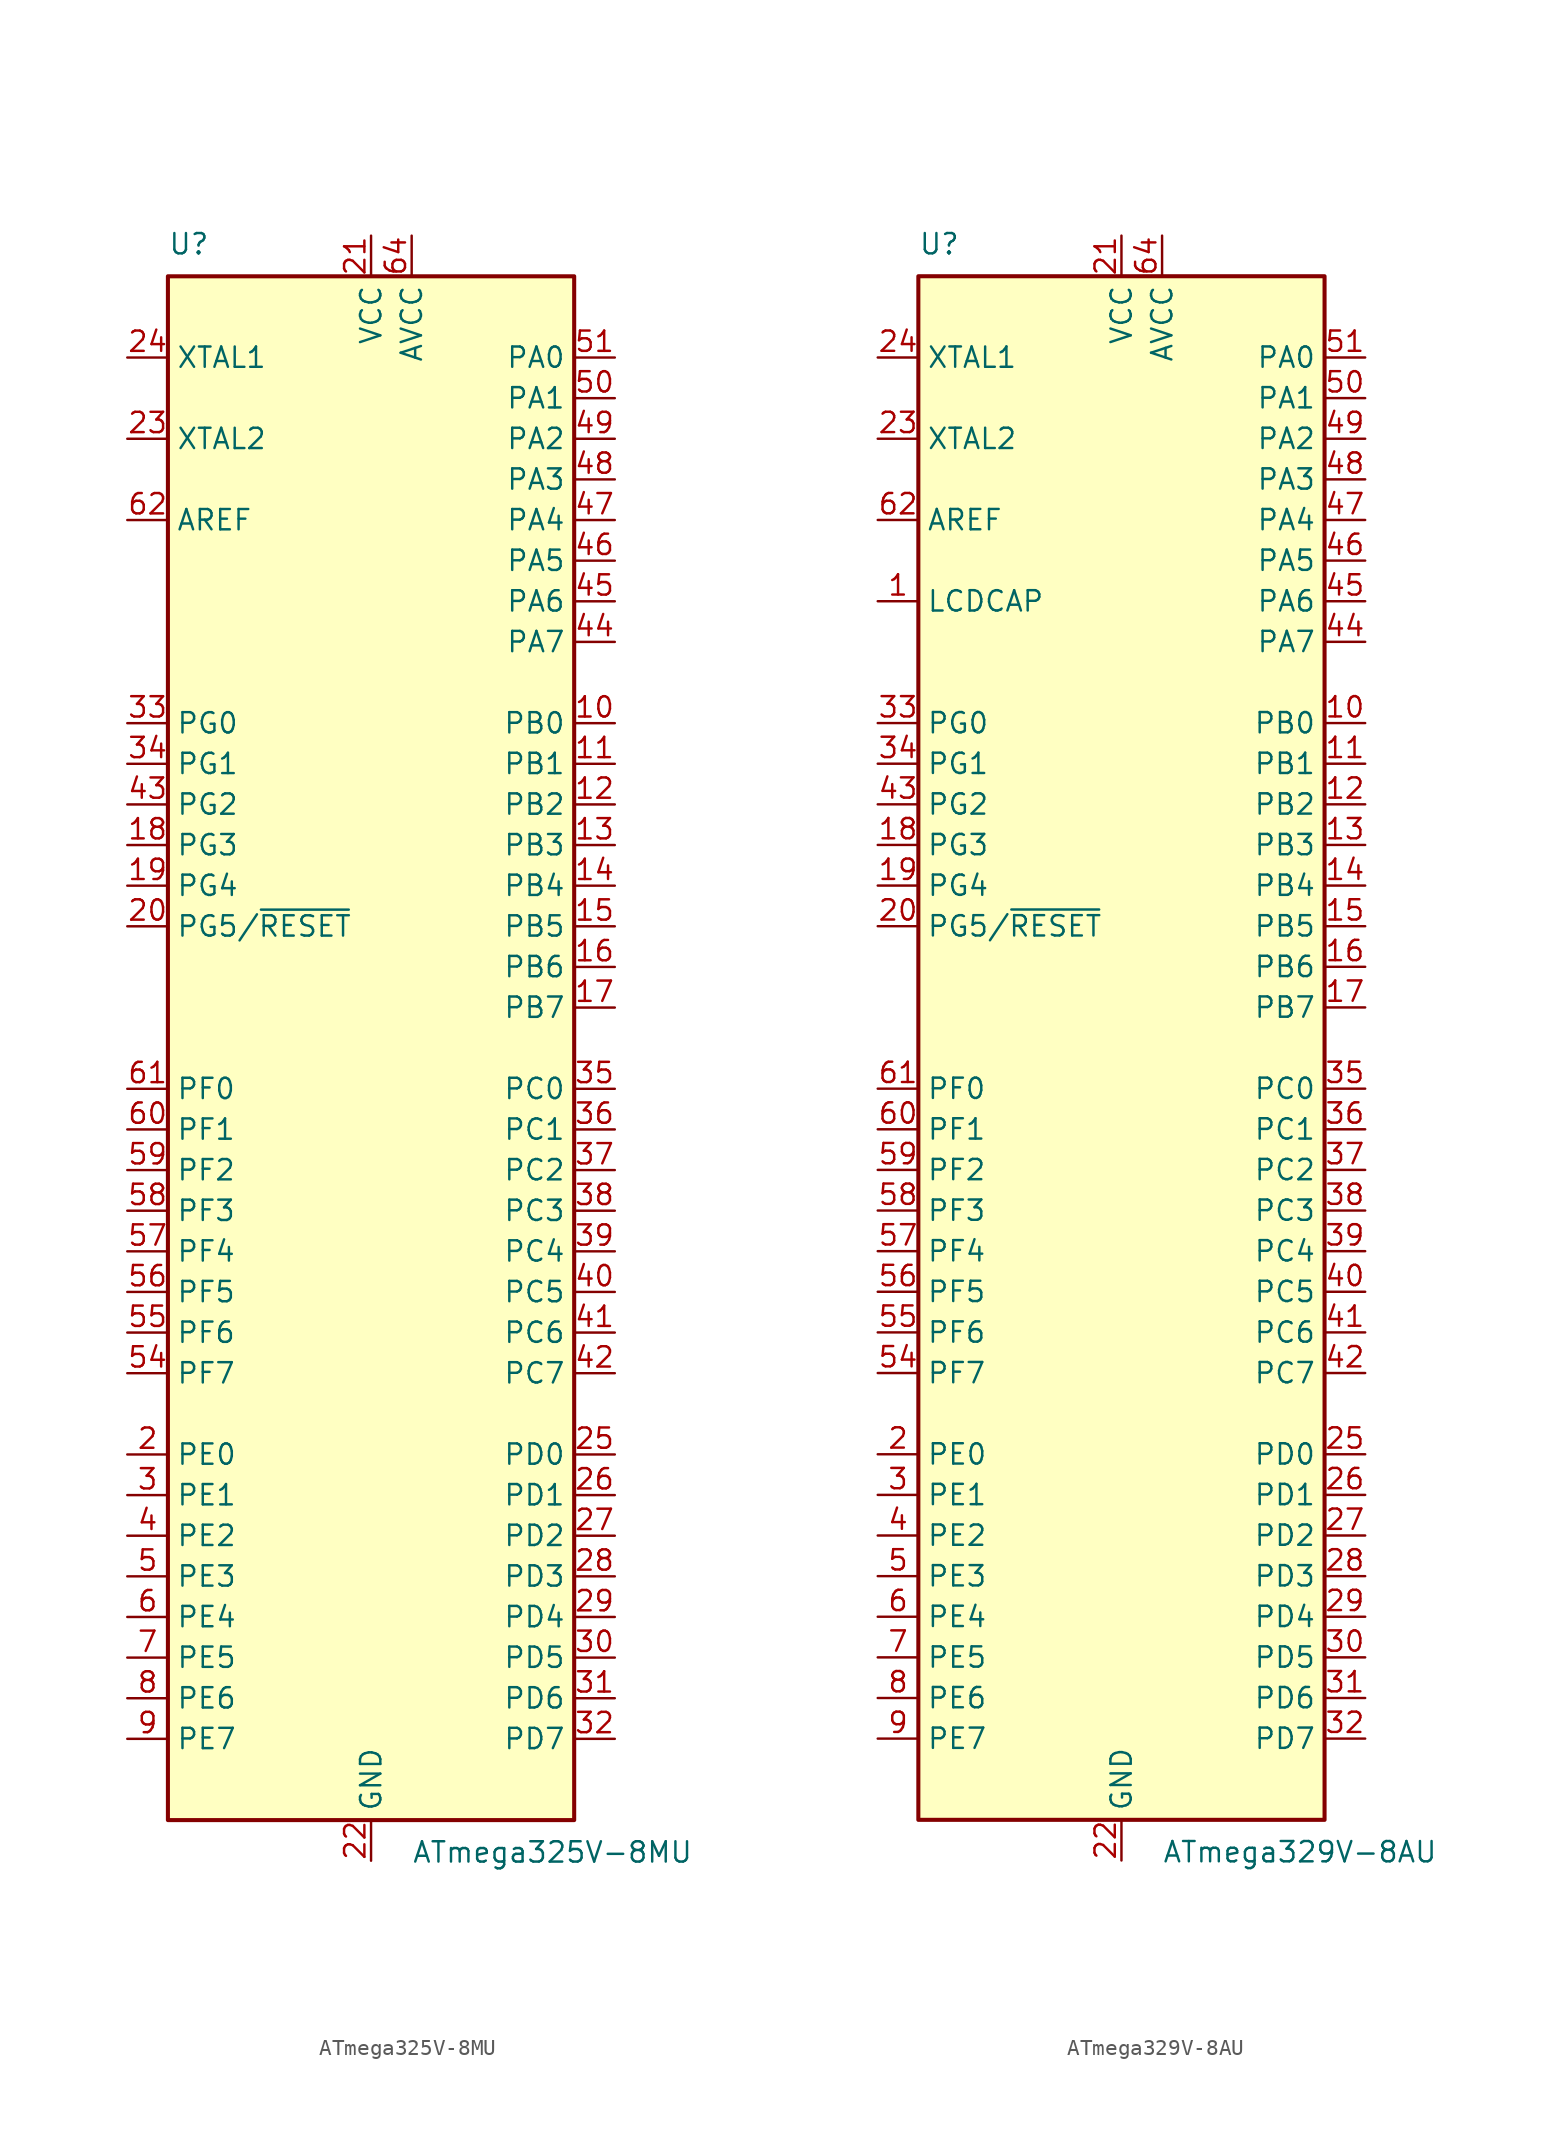
<source format=kicad_sym>
(kicad_symbol_lib
  (version 20201005)
  (generator kicad_symbol_editor)
  (symbol "ATmega325V-8MU"
    (property "Reference" "U"
      (at -12.7 49.53 0)
      (effects (font (size 1.27 1.27)) (justify left bottom)))
    (property "Value" "ATmega325V-8MU"
      (at 2.54 -49.53 0)
      (effects (font (size 1.27 1.27)) (justify left top)))
    (symbol "ATmega325V-8MU_0_1"
      (rectangle (start -12.7 -48.26) (end 12.7 48.26) (stroke (width 0.254)) (fill (type background))))
    (symbol "ATmega325V-8MU_1_1"
      (pin no_connect line (at -12.7 -45.72 0) (length 2.54) hide (name "NC" (effects (font (size 1.27 1.27)))) (number "1" (effects (font (size 1.27 1.27)))))
      (pin tri_state line (at 15.24 20.32 180) (length 2.54) (name "PB0" (effects (font (size 1.27 1.27)))) (number "10" (effects (font (size 1.27 1.27)))))
      (pin tri_state line (at 15.24 17.78 180) (length 2.54) (name "PB1" (effects (font (size 1.27 1.27)))) (number "11" (effects (font (size 1.27 1.27)))))
      (pin tri_state line (at 15.24 15.24 180) (length 2.54) (name "PB2" (effects (font (size 1.27 1.27)))) (number "12" (effects (font (size 1.27 1.27)))))
      (pin tri_state line (at 15.24 12.7 180) (length 2.54) (name "PB3" (effects (font (size 1.27 1.27)))) (number "13" (effects (font (size 1.27 1.27)))))
      (pin tri_state line (at 15.24 10.16 180) (length 2.54) (name "PB4" (effects (font (size 1.27 1.27)))) (number "14" (effects (font (size 1.27 1.27)))))
      (pin tri_state line (at 15.24 7.62 180) (length 2.54) (name "PB5" (effects (font (size 1.27 1.27)))) (number "15" (effects (font (size 1.27 1.27)))))
      (pin tri_state line (at 15.24 5.08 180) (length 2.54) (name "PB6" (effects (font (size 1.27 1.27)))) (number "16" (effects (font (size 1.27 1.27)))))
      (pin tri_state line (at 15.24 2.54 180) (length 2.54) (name "PB7" (effects (font (size 1.27 1.27)))) (number "17" (effects (font (size 1.27 1.27)))))
      (pin tri_state line (at -15.24 12.7 0) (length 2.54) (name "PG3" (effects (font (size 1.27 1.27)))) (number "18" (effects (font (size 1.27 1.27)))))
      (pin tri_state line (at -15.24 10.16 0) (length 2.54) (name "PG4" (effects (font (size 1.27 1.27)))) (number "19" (effects (font (size 1.27 1.27)))))
      (pin tri_state line (at -15.24 -25.4 0) (length 2.54) (name "PE0" (effects (font (size 1.27 1.27)))) (number "2" (effects (font (size 1.27 1.27)))))
      (pin tri_state line (at -15.24 7.62 0) (length 2.54) (name "PG5/~RESET" (effects (font (size 1.27 1.27)))) (number "20" (effects (font (size 1.27 1.27)))))
      (pin power_in line (at 0 50.8 270) (length 2.54) (name "VCC" (effects (font (size 1.27 1.27)))) (number "21" (effects (font (size 1.27 1.27)))))
      (pin power_in line (at 0 -50.8 90) (length 2.54) (name "GND" (effects (font (size 1.27 1.27)))) (number "22" (effects (font (size 1.27 1.27)))))
      (pin output line (at -15.24 38.1 0) (length 2.54) (name "XTAL2" (effects (font (size 1.27 1.27)))) (number "23" (effects (font (size 1.27 1.27)))))
      (pin input line (at -15.24 43.18 0) (length 2.54) (name "XTAL1" (effects (font (size 1.27 1.27)))) (number "24" (effects (font (size 1.27 1.27)))))
      (pin tri_state line (at 15.24 -25.4 180) (length 2.54) (name "PD0" (effects (font (size 1.27 1.27)))) (number "25" (effects (font (size 1.27 1.27)))))
      (pin tri_state line (at 15.24 -27.94 180) (length 2.54) (name "PD1" (effects (font (size 1.27 1.27)))) (number "26" (effects (font (size 1.27 1.27)))))
      (pin tri_state line (at 15.24 -30.48 180) (length 2.54) (name "PD2" (effects (font (size 1.27 1.27)))) (number "27" (effects (font (size 1.27 1.27)))))
      (pin tri_state line (at 15.24 -33.02 180) (length 2.54) (name "PD3" (effects (font (size 1.27 1.27)))) (number "28" (effects (font (size 1.27 1.27)))))
      (pin tri_state line (at 15.24 -35.56 180) (length 2.54) (name "PD4" (effects (font (size 1.27 1.27)))) (number "29" (effects (font (size 1.27 1.27)))))
      (pin tri_state line (at -15.24 -27.94 0) (length 2.54) (name "PE1" (effects (font (size 1.27 1.27)))) (number "3" (effects (font (size 1.27 1.27)))))
      (pin tri_state line (at 15.24 -38.1 180) (length 2.54) (name "PD5" (effects (font (size 1.27 1.27)))) (number "30" (effects (font (size 1.27 1.27)))))
      (pin tri_state line (at 15.24 -40.64 180) (length 2.54) (name "PD6" (effects (font (size 1.27 1.27)))) (number "31" (effects (font (size 1.27 1.27)))))
      (pin tri_state line (at 15.24 -43.18 180) (length 2.54) (name "PD7" (effects (font (size 1.27 1.27)))) (number "32" (effects (font (size 1.27 1.27)))))
      (pin tri_state line (at -15.24 20.32 0) (length 2.54) (name "PG0" (effects (font (size 1.27 1.27)))) (number "33" (effects (font (size 1.27 1.27)))))
      (pin tri_state line (at -15.24 17.78 0) (length 2.54) (name "PG1" (effects (font (size 1.27 1.27)))) (number "34" (effects (font (size 1.27 1.27)))))
      (pin tri_state line (at 15.24 -2.54 180) (length 2.54) (name "PC0" (effects (font (size 1.27 1.27)))) (number "35" (effects (font (size 1.27 1.27)))))
      (pin tri_state line (at 15.24 -5.08 180) (length 2.54) (name "PC1" (effects (font (size 1.27 1.27)))) (number "36" (effects (font (size 1.27 1.27)))))
      (pin tri_state line (at 15.24 -7.62 180) (length 2.54) (name "PC2" (effects (font (size 1.27 1.27)))) (number "37" (effects (font (size 1.27 1.27)))))
      (pin tri_state line (at 15.24 -10.16 180) (length 2.54) (name "PC3" (effects (font (size 1.27 1.27)))) (number "38" (effects (font (size 1.27 1.27)))))
      (pin tri_state line (at 15.24 -12.7 180) (length 2.54) (name "PC4" (effects (font (size 1.27 1.27)))) (number "39" (effects (font (size 1.27 1.27)))))
      (pin tri_state line (at -15.24 -30.48 0) (length 2.54) (name "PE2" (effects (font (size 1.27 1.27)))) (number "4" (effects (font (size 1.27 1.27)))))
      (pin tri_state line (at 15.24 -15.24 180) (length 2.54) (name "PC5" (effects (font (size 1.27 1.27)))) (number "40" (effects (font (size 1.27 1.27)))))
      (pin tri_state line (at 15.24 -17.78 180) (length 2.54) (name "PC6" (effects (font (size 1.27 1.27)))) (number "41" (effects (font (size 1.27 1.27)))))
      (pin tri_state line (at 15.24 -20.32 180) (length 2.54) (name "PC7" (effects (font (size 1.27 1.27)))) (number "42" (effects (font (size 1.27 1.27)))))
      (pin tri_state line (at -15.24 15.24 0) (length 2.54) (name "PG2" (effects (font (size 1.27 1.27)))) (number "43" (effects (font (size 1.27 1.27)))))
      (pin tri_state line (at 15.24 25.4 180) (length 2.54) (name "PA7" (effects (font (size 1.27 1.27)))) (number "44" (effects (font (size 1.27 1.27)))))
      (pin tri_state line (at 15.24 27.94 180) (length 2.54) (name "PA6" (effects (font (size 1.27 1.27)))) (number "45" (effects (font (size 1.27 1.27)))))
      (pin tri_state line (at 15.24 30.48 180) (length 2.54) (name "PA5" (effects (font (size 1.27 1.27)))) (number "46" (effects (font (size 1.27 1.27)))))
      (pin tri_state line (at 15.24 33.02 180) (length 2.54) (name "PA4" (effects (font (size 1.27 1.27)))) (number "47" (effects (font (size 1.27 1.27)))))
      (pin tri_state line (at 15.24 35.56 180) (length 2.54) (name "PA3" (effects (font (size 1.27 1.27)))) (number "48" (effects (font (size 1.27 1.27)))))
      (pin tri_state line (at 15.24 38.1 180) (length 2.54) (name "PA2" (effects (font (size 1.27 1.27)))) (number "49" (effects (font (size 1.27 1.27)))))
      (pin tri_state line (at -15.24 -33.02 0) (length 2.54) (name "PE3" (effects (font (size 1.27 1.27)))) (number "5" (effects (font (size 1.27 1.27)))))
      (pin tri_state line (at 15.24 40.64 180) (length 2.54) (name "PA1" (effects (font (size 1.27 1.27)))) (number "50" (effects (font (size 1.27 1.27)))))
      (pin tri_state line (at 15.24 43.18 180) (length 2.54) (name "PA0" (effects (font (size 1.27 1.27)))) (number "51" (effects (font (size 1.27 1.27)))))
      (pin passive line (at 0 50.8 270) (length 2.54) hide (name "VCC" (effects (font (size 1.27 1.27)))) (number "52" (effects (font (size 1.27 1.27)))))
      (pin passive line (at 0 -50.8 90) (length 2.54) hide (name "GND" (effects (font (size 1.27 1.27)))) (number "53" (effects (font (size 1.27 1.27)))))
      (pin tri_state line (at -15.24 -20.32 0) (length 2.54) (name "PF7" (effects (font (size 1.27 1.27)))) (number "54" (effects (font (size 1.27 1.27)))))
      (pin tri_state line (at -15.24 -17.78 0) (length 2.54) (name "PF6" (effects (font (size 1.27 1.27)))) (number "55" (effects (font (size 1.27 1.27)))))
      (pin tri_state line (at -15.24 -15.24 0) (length 2.54) (name "PF5" (effects (font (size 1.27 1.27)))) (number "56" (effects (font (size 1.27 1.27)))))
      (pin tri_state line (at -15.24 -12.7 0) (length 2.54) (name "PF4" (effects (font (size 1.27 1.27)))) (number "57" (effects (font (size 1.27 1.27)))))
      (pin tri_state line (at -15.24 -10.16 0) (length 2.54) (name "PF3" (effects (font (size 1.27 1.27)))) (number "58" (effects (font (size 1.27 1.27)))))
      (pin tri_state line (at -15.24 -7.62 0) (length 2.54) (name "PF2" (effects (font (size 1.27 1.27)))) (number "59" (effects (font (size 1.27 1.27)))))
      (pin tri_state line (at -15.24 -35.56 0) (length 2.54) (name "PE4" (effects (font (size 1.27 1.27)))) (number "6" (effects (font (size 1.27 1.27)))))
      (pin tri_state line (at -15.24 -5.08 0) (length 2.54) (name "PF1" (effects (font (size 1.27 1.27)))) (number "60" (effects (font (size 1.27 1.27)))))
      (pin tri_state line (at -15.24 -2.54 0) (length 2.54) (name "PF0" (effects (font (size 1.27 1.27)))) (number "61" (effects (font (size 1.27 1.27)))))
      (pin passive line (at -15.24 33.02 0) (length 2.54) (name "AREF" (effects (font (size 1.27 1.27)))) (number "62" (effects (font (size 1.27 1.27)))))
      (pin passive line (at 0 -50.8 90) (length 2.54) hide (name "GND" (effects (font (size 1.27 1.27)))) (number "63" (effects (font (size 1.27 1.27)))))
      (pin power_in line (at 2.54 50.8 270) (length 2.54) (name "AVCC" (effects (font (size 1.27 1.27)))) (number "64" (effects (font (size 1.27 1.27)))))
      (pin passive line (at 0 -50.8 90) (length 2.54) hide (name "GND" (effects (font (size 1.27 1.27)))) (number "65" (effects (font (size 1.27 1.27)))))
      (pin tri_state line (at -15.24 -38.1 0) (length 2.54) (name "PE5" (effects (font (size 1.27 1.27)))) (number "7" (effects (font (size 1.27 1.27)))))
      (pin tri_state line (at -15.24 -40.64 0) (length 2.54) (name "PE6" (effects (font (size 1.27 1.27)))) (number "8" (effects (font (size 1.27 1.27)))))
      (pin tri_state line (at -15.24 -43.18 0) (length 2.54) (name "PE7" (effects (font (size 1.27 1.27)))) (number "9" (effects (font (size 1.27 1.27)))))))
  (symbol "ATmega329V-8AU"
    (property "Reference" "U"
      (at -12.7 49.53 0)
      (effects (font (size 1.27 1.27)) (justify left bottom)))
    (property "Value" "ATmega329V-8AU"
      (at 2.54 -49.53 0)
      (effects (font (size 1.27 1.27)) (justify left top)))
    (symbol "ATmega329V-8AU_0_1"
      (rectangle (start -12.7 -48.26) (end 12.7 48.26) (stroke (width 0.254)) (fill (type background))))
    (symbol "ATmega329V-8AU_1_1"
      (pin passive line (at -15.24 27.94 0) (length 2.54) (name "LCDCAP" (effects (font (size 1.27 1.27)))) (number "1" (effects (font (size 1.27 1.27)))))
      (pin tri_state line (at 15.24 20.32 180) (length 2.54) (name "PB0" (effects (font (size 1.27 1.27)))) (number "10" (effects (font (size 1.27 1.27)))))
      (pin tri_state line (at 15.24 17.78 180) (length 2.54) (name "PB1" (effects (font (size 1.27 1.27)))) (number "11" (effects (font (size 1.27 1.27)))))
      (pin tri_state line (at 15.24 15.24 180) (length 2.54) (name "PB2" (effects (font (size 1.27 1.27)))) (number "12" (effects (font (size 1.27 1.27)))))
      (pin tri_state line (at 15.24 12.7 180) (length 2.54) (name "PB3" (effects (font (size 1.27 1.27)))) (number "13" (effects (font (size 1.27 1.27)))))
      (pin tri_state line (at 15.24 10.16 180) (length 2.54) (name "PB4" (effects (font (size 1.27 1.27)))) (number "14" (effects (font (size 1.27 1.27)))))
      (pin tri_state line (at 15.24 7.62 180) (length 2.54) (name "PB5" (effects (font (size 1.27 1.27)))) (number "15" (effects (font (size 1.27 1.27)))))
      (pin tri_state line (at 15.24 5.08 180) (length 2.54) (name "PB6" (effects (font (size 1.27 1.27)))) (number "16" (effects (font (size 1.27 1.27)))))
      (pin tri_state line (at 15.24 2.54 180) (length 2.54) (name "PB7" (effects (font (size 1.27 1.27)))) (number "17" (effects (font (size 1.27 1.27)))))
      (pin tri_state line (at -15.24 12.7 0) (length 2.54) (name "PG3" (effects (font (size 1.27 1.27)))) (number "18" (effects (font (size 1.27 1.27)))))
      (pin tri_state line (at -15.24 10.16 0) (length 2.54) (name "PG4" (effects (font (size 1.27 1.27)))) (number "19" (effects (font (size 1.27 1.27)))))
      (pin tri_state line (at -15.24 -25.4 0) (length 2.54) (name "PE0" (effects (font (size 1.27 1.27)))) (number "2" (effects (font (size 1.27 1.27)))))
      (pin tri_state line (at -15.24 7.62 0) (length 2.54) (name "PG5/~RESET" (effects (font (size 1.27 1.27)))) (number "20" (effects (font (size 1.27 1.27)))))
      (pin power_in line (at 0 50.8 270) (length 2.54) (name "VCC" (effects (font (size 1.27 1.27)))) (number "21" (effects (font (size 1.27 1.27)))))
      (pin power_in line (at 0 -50.8 90) (length 2.54) (name "GND" (effects (font (size 1.27 1.27)))) (number "22" (effects (font (size 1.27 1.27)))))
      (pin output line (at -15.24 38.1 0) (length 2.54) (name "XTAL2" (effects (font (size 1.27 1.27)))) (number "23" (effects (font (size 1.27 1.27)))))
      (pin input line (at -15.24 43.18 0) (length 2.54) (name "XTAL1" (effects (font (size 1.27 1.27)))) (number "24" (effects (font (size 1.27 1.27)))))
      (pin tri_state line (at 15.24 -25.4 180) (length 2.54) (name "PD0" (effects (font (size 1.27 1.27)))) (number "25" (effects (font (size 1.27 1.27)))))
      (pin tri_state line (at 15.24 -27.94 180) (length 2.54) (name "PD1" (effects (font (size 1.27 1.27)))) (number "26" (effects (font (size 1.27 1.27)))))
      (pin tri_state line (at 15.24 -30.48 180) (length 2.54) (name "PD2" (effects (font (size 1.27 1.27)))) (number "27" (effects (font (size 1.27 1.27)))))
      (pin tri_state line (at 15.24 -33.02 180) (length 2.54) (name "PD3" (effects (font (size 1.27 1.27)))) (number "28" (effects (font (size 1.27 1.27)))))
      (pin tri_state line (at 15.24 -35.56 180) (length 2.54) (name "PD4" (effects (font (size 1.27 1.27)))) (number "29" (effects (font (size 1.27 1.27)))))
      (pin tri_state line (at -15.24 -27.94 0) (length 2.54) (name "PE1" (effects (font (size 1.27 1.27)))) (number "3" (effects (font (size 1.27 1.27)))))
      (pin tri_state line (at 15.24 -38.1 180) (length 2.54) (name "PD5" (effects (font (size 1.27 1.27)))) (number "30" (effects (font (size 1.27 1.27)))))
      (pin tri_state line (at 15.24 -40.64 180) (length 2.54) (name "PD6" (effects (font (size 1.27 1.27)))) (number "31" (effects (font (size 1.27 1.27)))))
      (pin tri_state line (at 15.24 -43.18 180) (length 2.54) (name "PD7" (effects (font (size 1.27 1.27)))) (number "32" (effects (font (size 1.27 1.27)))))
      (pin tri_state line (at -15.24 20.32 0) (length 2.54) (name "PG0" (effects (font (size 1.27 1.27)))) (number "33" (effects (font (size 1.27 1.27)))))
      (pin tri_state line (at -15.24 17.78 0) (length 2.54) (name "PG1" (effects (font (size 1.27 1.27)))) (number "34" (effects (font (size 1.27 1.27)))))
      (pin tri_state line (at 15.24 -2.54 180) (length 2.54) (name "PC0" (effects (font (size 1.27 1.27)))) (number "35" (effects (font (size 1.27 1.27)))))
      (pin tri_state line (at 15.24 -5.08 180) (length 2.54) (name "PC1" (effects (font (size 1.27 1.27)))) (number "36" (effects (font (size 1.27 1.27)))))
      (pin tri_state line (at 15.24 -7.62 180) (length 2.54) (name "PC2" (effects (font (size 1.27 1.27)))) (number "37" (effects (font (size 1.27 1.27)))))
      (pin tri_state line (at 15.24 -10.16 180) (length 2.54) (name "PC3" (effects (font (size 1.27 1.27)))) (number "38" (effects (font (size 1.27 1.27)))))
      (pin tri_state line (at 15.24 -12.7 180) (length 2.54) (name "PC4" (effects (font (size 1.27 1.27)))) (number "39" (effects (font (size 1.27 1.27)))))
      (pin tri_state line (at -15.24 -30.48 0) (length 2.54) (name "PE2" (effects (font (size 1.27 1.27)))) (number "4" (effects (font (size 1.27 1.27)))))
      (pin tri_state line (at 15.24 -15.24 180) (length 2.54) (name "PC5" (effects (font (size 1.27 1.27)))) (number "40" (effects (font (size 1.27 1.27)))))
      (pin tri_state line (at 15.24 -17.78 180) (length 2.54) (name "PC6" (effects (font (size 1.27 1.27)))) (number "41" (effects (font (size 1.27 1.27)))))
      (pin tri_state line (at 15.24 -20.32 180) (length 2.54) (name "PC7" (effects (font (size 1.27 1.27)))) (number "42" (effects (font (size 1.27 1.27)))))
      (pin tri_state line (at -15.24 15.24 0) (length 2.54) (name "PG2" (effects (font (size 1.27 1.27)))) (number "43" (effects (font (size 1.27 1.27)))))
      (pin tri_state line (at 15.24 25.4 180) (length 2.54) (name "PA7" (effects (font (size 1.27 1.27)))) (number "44" (effects (font (size 1.27 1.27)))))
      (pin tri_state line (at 15.24 27.94 180) (length 2.54) (name "PA6" (effects (font (size 1.27 1.27)))) (number "45" (effects (font (size 1.27 1.27)))))
      (pin tri_state line (at 15.24 30.48 180) (length 2.54) (name "PA5" (effects (font (size 1.27 1.27)))) (number "46" (effects (font (size 1.27 1.27)))))
      (pin tri_state line (at 15.24 33.02 180) (length 2.54) (name "PA4" (effects (font (size 1.27 1.27)))) (number "47" (effects (font (size 1.27 1.27)))))
      (pin tri_state line (at 15.24 35.56 180) (length 2.54) (name "PA3" (effects (font (size 1.27 1.27)))) (number "48" (effects (font (size 1.27 1.27)))))
      (pin tri_state line (at 15.24 38.1 180) (length 2.54) (name "PA2" (effects (font (size 1.27 1.27)))) (number "49" (effects (font (size 1.27 1.27)))))
      (pin tri_state line (at -15.24 -33.02 0) (length 2.54) (name "PE3" (effects (font (size 1.27 1.27)))) (number "5" (effects (font (size 1.27 1.27)))))
      (pin tri_state line (at 15.24 40.64 180) (length 2.54) (name "PA1" (effects (font (size 1.27 1.27)))) (number "50" (effects (font (size 1.27 1.27)))))
      (pin tri_state line (at 15.24 43.18 180) (length 2.54) (name "PA0" (effects (font (size 1.27 1.27)))) (number "51" (effects (font (size 1.27 1.27)))))
      (pin passive line (at 0 50.8 270) (length 2.54) hide (name "VCC" (effects (font (size 1.27 1.27)))) (number "52" (effects (font (size 1.27 1.27)))))
      (pin passive line (at 0 -50.8 90) (length 2.54) hide (name "GND" (effects (font (size 1.27 1.27)))) (number "53" (effects (font (size 1.27 1.27)))))
      (pin tri_state line (at -15.24 -20.32 0) (length 2.54) (name "PF7" (effects (font (size 1.27 1.27)))) (number "54" (effects (font (size 1.27 1.27)))))
      (pin tri_state line (at -15.24 -17.78 0) (length 2.54) (name "PF6" (effects (font (size 1.27 1.27)))) (number "55" (effects (font (size 1.27 1.27)))))
      (pin tri_state line (at -15.24 -15.24 0) (length 2.54) (name "PF5" (effects (font (size 1.27 1.27)))) (number "56" (effects (font (size 1.27 1.27)))))
      (pin tri_state line (at -15.24 -12.7 0) (length 2.54) (name "PF4" (effects (font (size 1.27 1.27)))) (number "57" (effects (font (size 1.27 1.27)))))
      (pin tri_state line (at -15.24 -10.16 0) (length 2.54) (name "PF3" (effects (font (size 1.27 1.27)))) (number "58" (effects (font (size 1.27 1.27)))))
      (pin tri_state line (at -15.24 -7.62 0) (length 2.54) (name "PF2" (effects (font (size 1.27 1.27)))) (number "59" (effects (font (size 1.27 1.27)))))
      (pin tri_state line (at -15.24 -35.56 0) (length 2.54) (name "PE4" (effects (font (size 1.27 1.27)))) (number "6" (effects (font (size 1.27 1.27)))))
      (pin tri_state line (at -15.24 -5.08 0) (length 2.54) (name "PF1" (effects (font (size 1.27 1.27)))) (number "60" (effects (font (size 1.27 1.27)))))
      (pin tri_state line (at -15.24 -2.54 0) (length 2.54) (name "PF0" (effects (font (size 1.27 1.27)))) (number "61" (effects (font (size 1.27 1.27)))))
      (pin passive line (at -15.24 33.02 0) (length 2.54) (name "AREF" (effects (font (size 1.27 1.27)))) (number "62" (effects (font (size 1.27 1.27)))))
      (pin passive line (at 0 -50.8 90) (length 2.54) hide (name "GND" (effects (font (size 1.27 1.27)))) (number "63" (effects (font (size 1.27 1.27)))))
      (pin power_in line (at 2.54 50.8 270) (length 2.54) (name "AVCC" (effects (font (size 1.27 1.27)))) (number "64" (effects (font (size 1.27 1.27)))))
      (pin tri_state line (at -15.24 -38.1 0) (length 2.54) (name "PE5" (effects (font (size 1.27 1.27)))) (number "7" (effects (font (size 1.27 1.27)))))
      (pin tri_state line (at -15.24 -40.64 0) (length 2.54) (name "PE6" (effects (font (size 1.27 1.27)))) (number "8" (effects (font (size 1.27 1.27)))))
      (pin tri_state line (at -15.24 -43.18 0) (length 2.54) (name "PE7" (effects (font (size 1.27 1.27)))) (number "9" (effects (font (size 1.27 1.27))))))))
</source>
